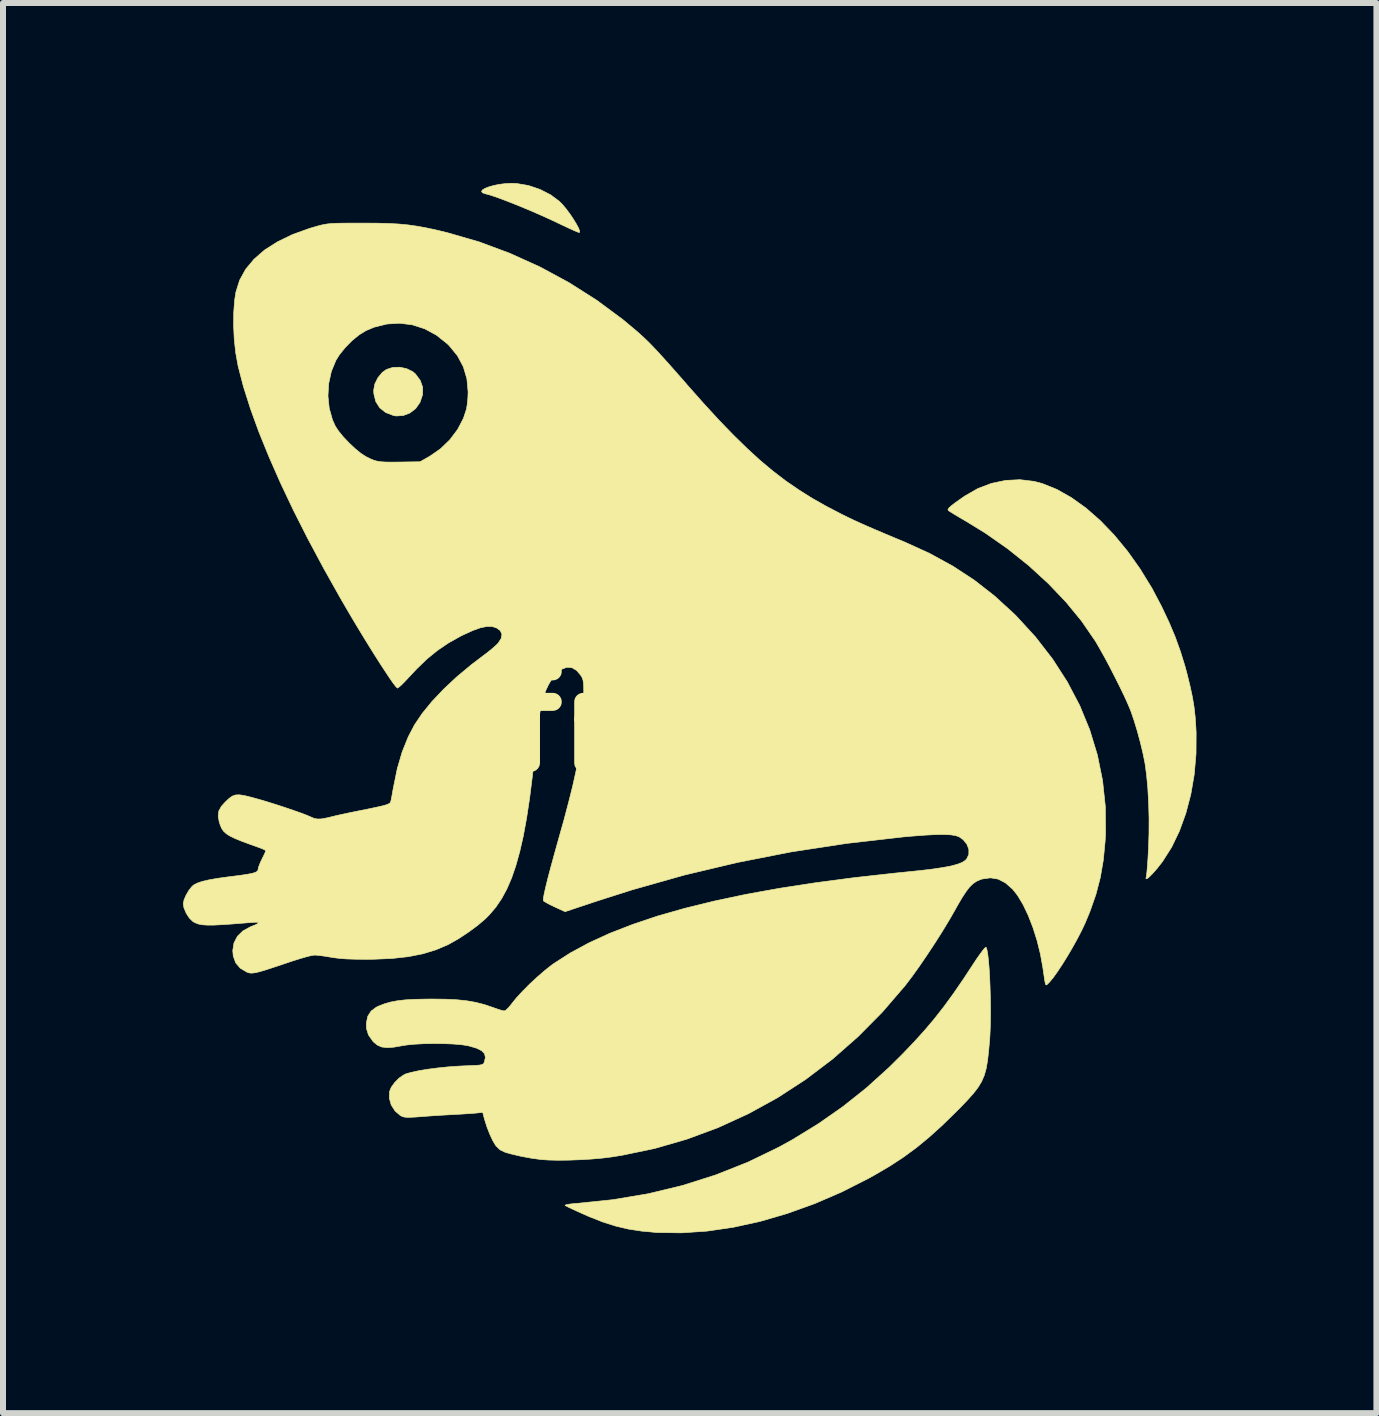
<source format=kicad_pcb>
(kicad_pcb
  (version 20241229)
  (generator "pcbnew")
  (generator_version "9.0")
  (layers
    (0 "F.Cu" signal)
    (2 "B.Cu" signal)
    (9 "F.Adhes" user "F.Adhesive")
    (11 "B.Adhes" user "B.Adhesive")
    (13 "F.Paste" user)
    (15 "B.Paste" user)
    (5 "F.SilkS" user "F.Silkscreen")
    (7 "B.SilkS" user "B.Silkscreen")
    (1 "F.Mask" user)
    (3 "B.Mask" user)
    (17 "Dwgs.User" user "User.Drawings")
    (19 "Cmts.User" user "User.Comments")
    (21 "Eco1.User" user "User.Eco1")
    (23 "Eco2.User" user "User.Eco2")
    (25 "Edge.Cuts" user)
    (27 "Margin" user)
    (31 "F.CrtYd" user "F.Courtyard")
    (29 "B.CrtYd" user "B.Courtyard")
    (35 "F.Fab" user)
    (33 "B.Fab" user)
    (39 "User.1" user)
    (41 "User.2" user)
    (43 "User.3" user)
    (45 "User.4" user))
  (footprint "frog1"
    (layer "F.Cu")
    (at 8.45 8.976)
    (property "Reference" "frog1" (at 0 0 0) (layer "F.SilkS") (effects (font (size 1.524 1.524) (thickness 0.3))))
    (attr smd)
    (fp_poly (pts (xy -4.72 -5.88) (xy -4.619 -5.83) (xy -4.577 -5.795) (xy -4.495 -5.685) (xy -4.454 -5.57) (xy -4.455 -5.449) (xy -4.498 -5.322) (xy -4.5 -5.317) (xy -4.571 -5.216) (xy -4.667 -5.142) (xy -4.779 -5.099) (xy -4.897 -5.092) (xy -4.942 -5.1) (xy -5.072 -5.15) (xy -5.17 -5.228) (xy -5.236 -5.332) (xy -5.268 -5.462) (xy -5.271 -5.521) (xy -5.252 -5.626) (xy -5.201 -5.729) (xy -5.128 -5.817) (xy -5.059 -5.867) (xy -4.953 -5.901) (xy -4.836 -5.905) (xy -4.72 -5.88)) (stroke (width 0.01) (type solid)) (fill yes) (layer "F.SilkS"))
    (fp_poly (pts (xy -2.888 -8.967) (xy -2.692 -8.934) (xy -2.499 -8.869) (xy -2.321 -8.778) (xy -2.179 -8.672) (xy -2.123 -8.616) (xy -2.063 -8.544) (xy -2.002 -8.463) (xy -1.946 -8.38) (xy -1.897 -8.3) (xy -1.86 -8.232) (xy -1.839 -8.181) (xy -1.839 -8.153) (xy -1.846 -8.15) (xy -1.874 -8.159) (xy -1.933 -8.184) (xy -2.013 -8.22) (xy -2.108 -8.265) (xy -2.138 -8.279) (xy -2.296 -8.354) (xy -2.465 -8.431) (xy -2.639 -8.507) (xy -2.811 -8.579) (xy -2.975 -8.645) (xy -3.125 -8.703) (xy -3.253 -8.749) (xy -3.354 -8.782) (xy -3.403 -8.794) (xy -3.456 -8.812) (xy -3.473 -8.835) (xy -3.458 -8.86) (xy -3.415 -8.886) (xy -3.351 -8.911) (xy -3.27 -8.934) (xy -3.178 -8.953) (xy -3.078 -8.965) (xy -2.976 -8.971) (xy -2.888 -8.967)) (stroke (width 0.01) (type solid)) (fill yes) (layer "F.SilkS"))
    (fp_poly (pts (xy 4.95 3.798) (xy 4.964 3.87) (xy 4.976 3.973) (xy 4.987 4.101) (xy 4.996 4.248) (xy 5.003 4.409) (xy 5.008 4.579) (xy 5.011 4.75) (xy 5.011 4.918) (xy 5.008 5.078) (xy 5.002 5.222) (xy 4.997 5.302) (xy 4.98 5.495) (xy 4.962 5.654) (xy 4.939 5.786) (xy 4.907 5.9) (xy 4.863 6.002) (xy 4.804 6.1) (xy 4.726 6.201) (xy 4.625 6.314) (xy 4.499 6.445) (xy 4.437 6.507) (xy 4.207 6.732) (xy 3.99 6.928) (xy 3.779 7.102) (xy 3.564 7.26) (xy 3.337 7.409) (xy 3.09 7.554) (xy 2.975 7.618) (xy 2.529 7.844) (xy 2.077 8.039) (xy 1.623 8.202) (xy 1.171 8.334) (xy 0.724 8.432) (xy 0.285 8.496) (xy -0.142 8.525) (xy -0.553 8.519) (xy -0.803 8.496) (xy -1.025 8.462) (xy -1.237 8.412) (xy -1.452 8.344) (xy -1.682 8.253) (xy -1.757 8.22) (xy -1.862 8.173) (xy -1.955 8.13) (xy -2.027 8.096) (xy -2.071 8.073) (xy -2.081 8.066) (xy -2.069 8.058) (xy -2.023 8.048) (xy -1.951 8.039) (xy -1.891 8.034) (xy -1.285 7.972) (xy -0.696 7.873) (xy -0.123 7.735) (xy 0.431 7.559) (xy 0.966 7.347) (xy 1.482 7.097) (xy 1.707 6.973) (xy 2.142 6.706) (xy 2.55 6.421) (xy 2.94 6.111) (xy 3.318 5.769) (xy 3.546 5.543) (xy 3.739 5.341) (xy 3.914 5.148) (xy 4.077 4.955) (xy 4.234 4.754) (xy 4.392 4.538) (xy 4.557 4.298) (xy 4.708 4.068) (xy 4.777 3.963) (xy 4.839 3.875) (xy 4.888 3.809) (xy 4.922 3.771) (xy 4.936 3.763) (xy 4.95 3.798)) (stroke (width 0.01) (type solid)) (fill yes) (layer "F.SilkS"))
    (fp_poly (pts (xy 5.737 -4.002) (xy 5.874 -3.966) (xy 6.117 -3.868) (xy 6.361 -3.73) (xy 6.604 -3.556) (xy 6.842 -3.347) (xy 7.073 -3.107) (xy 7.295 -2.838) (xy 7.505 -2.542) (xy 7.701 -2.223) (xy 7.863 -1.916) (xy 7.988 -1.651) (xy 8.091 -1.406) (xy 8.177 -1.167) (xy 8.253 -0.921) (xy 8.286 -0.799) (xy 8.337 -0.591) (xy 8.376 -0.41) (xy 8.404 -0.242) (xy 8.423 -0.074) (xy 8.435 0.108) (xy 8.439 0.191) (xy 8.437 0.541) (xy 8.407 0.884) (xy 8.35 1.216) (xy 8.267 1.532) (xy 8.16 1.827) (xy 8.03 2.097) (xy 7.878 2.336) (xy 7.788 2.451) (xy 7.711 2.538) (xy 7.653 2.596) (xy 7.616 2.623) (xy 7.601 2.62) (xy 7.608 2.588) (xy 7.613 2.557) (xy 7.62 2.49) (xy 7.628 2.395) (xy 7.636 2.279) (xy 7.643 2.148) (xy 7.645 2.12) (xy 7.653 1.871) (xy 7.654 1.613) (xy 7.647 1.356) (xy 7.633 1.11) (xy 7.612 0.886) (xy 7.586 0.696) (xy 7.553 0.533) (xy 7.509 0.349) (xy 7.458 0.16) (xy 7.403 -0.019) (xy 7.35 -0.174) (xy 7.342 -0.194) (xy 7.296 -0.303) (xy 7.234 -0.439) (xy 7.159 -0.593) (xy 7.076 -0.758) (xy 6.991 -0.924) (xy 6.906 -1.082) (xy 6.827 -1.223) (xy 6.759 -1.34) (xy 6.751 -1.351) (xy 6.529 -1.674) (xy 6.269 -1.991) (xy 5.974 -2.3) (xy 5.65 -2.597) (xy 5.3 -2.877) (xy 4.929 -3.137) (xy 4.607 -3.335) (xy 4.508 -3.393) (xy 4.422 -3.444) (xy 4.356 -3.485) (xy 4.315 -3.511) (xy 4.307 -3.517) (xy 4.302 -3.533) (xy 4.317 -3.558) (xy 4.355 -3.593) (xy 4.419 -3.643) (xy 4.514 -3.71) (xy 4.583 -3.758) (xy 4.799 -3.882) (xy 5.028 -3.969) (xy 5.264 -4.018) (xy 5.502 -4.03) (xy 5.737 -4.002)) (stroke (width 0.01) (type solid)) (fill yes) (layer "F.SilkS"))
    (fp_poly (pts (xy -5.45 -8.307) (xy -5.222 -8.306) (xy -5.027 -8.301) (xy -4.855 -8.292) (xy -4.697 -8.277) (xy -4.544 -8.255) (xy -4.386 -8.226) (xy -4.214 -8.189) (xy -4.034 -8.145) (xy -3.513 -7.994) (xy -3 -7.803) (xy -2.498 -7.576) (xy -2.014 -7.314) (xy -1.551 -7.02) (xy -1.114 -6.696) (xy -0.881 -6.501) (xy -0.813 -6.44) (xy -0.748 -6.38) (xy -0.682 -6.316) (xy -0.612 -6.244) (xy -0.533 -6.16) (xy -0.442 -6.06) (xy -0.335 -5.941) (xy -0.208 -5.797) (xy -0.058 -5.626) (xy -0.044 -5.609) (xy 0.23 -5.3) (xy 0.484 -5.023) (xy 0.723 -4.776) (xy 0.95 -4.554) (xy 1.168 -4.354) (xy 1.383 -4.174) (xy 1.596 -4.011) (xy 1.814 -3.861) (xy 2.038 -3.72) (xy 2.273 -3.587) (xy 2.523 -3.457) (xy 2.537 -3.45) (xy 2.634 -3.402) (xy 2.73 -3.356) (xy 2.831 -3.31) (xy 2.943 -3.26) (xy 3.072 -3.204) (xy 3.223 -3.14) (xy 3.403 -3.064) (xy 3.577 -2.992) (xy 3.996 -2.801) (xy 4.382 -2.59) (xy 4.741 -2.355) (xy 5.079 -2.091) (xy 5.402 -1.795) (xy 5.44 -1.758) (xy 5.762 -1.407) (xy 6.046 -1.04) (xy 6.291 -0.66) (xy 6.498 -0.266) (xy 6.665 0.14) (xy 6.792 0.557) (xy 6.879 0.983) (xy 6.925 1.418) (xy 6.929 1.86) (xy 6.922 1.993) (xy 6.892 2.308) (xy 6.842 2.6) (xy 6.769 2.881) (xy 6.669 3.167) (xy 6.589 3.36) (xy 6.53 3.485) (xy 6.458 3.624) (xy 6.378 3.768) (xy 6.293 3.913) (xy 6.208 4.05) (xy 6.127 4.172) (xy 6.054 4.274) (xy 5.993 4.347) (xy 5.972 4.368) (xy 5.954 4.385) (xy 5.942 4.393) (xy 5.932 4.387) (xy 5.923 4.361) (xy 5.914 4.311) (xy 5.902 4.231) (xy 5.885 4.114) (xy 5.884 4.106) (xy 5.843 3.878) (xy 5.787 3.652) (xy 5.718 3.434) (xy 5.639 3.231) (xy 5.553 3.051) (xy 5.462 2.9) (xy 5.379 2.795) (xy 5.26 2.691) (xy 5.138 2.628) (xy 5.01 2.607) (xy 4.875 2.626) (xy 4.843 2.636) (xy 4.779 2.664) (xy 4.721 2.703) (xy 4.663 2.759) (xy 4.603 2.837) (xy 4.535 2.941) (xy 4.455 3.078) (xy 4.422 3.138) (xy 4.324 3.309) (xy 4.21 3.497) (xy 4.085 3.694) (xy 3.955 3.891) (xy 3.827 4.079) (xy 3.706 4.248) (xy 3.599 4.389) (xy 3.588 4.403) (xy 3.209 4.844) (xy 2.805 5.252) (xy 2.379 5.627) (xy 1.93 5.967) (xy 1.461 6.272) (xy 0.973 6.54) (xy 0.468 6.771) (xy -0.053 6.964) (xy -0.589 7.119) (xy -1.138 7.233) (xy -1.302 7.259) (xy -1.461 7.279) (xy -1.641 7.295) (xy -1.831 7.306) (xy -2.022 7.313) (xy -2.201 7.315) (xy -2.36 7.311) (xy -2.487 7.302) (xy -2.652 7.279) (xy -2.822 7.247) (xy -2.98 7.21) (xy -3.076 7.183) (xy -3.163 7.142) (xy -3.23 7.078) (xy -3.239 7.066) (xy -3.286 6.987) (xy -3.336 6.88) (xy -3.383 6.759) (xy -3.422 6.637) (xy -3.43 6.608) (xy -3.453 6.517) (xy -3.562 6.528) (xy -3.63 6.534) (xy -3.725 6.54) (xy -3.834 6.547) (xy -3.916 6.551) (xy -4.035 6.558) (xy -4.178 6.566) (xy -4.327 6.576) (xy -4.459 6.586) (xy -4.579 6.595) (xy -4.664 6.599) (xy -4.724 6.599) (xy -4.765 6.594) (xy -4.797 6.584) (xy -4.825 6.57) (xy -4.914 6.494) (xy -4.978 6.394) (xy -5.01 6.281) (xy -5.008 6.173) (xy -4.978 6.098) (xy -4.92 6.018) (xy -4.846 5.944) (xy -4.767 5.89) (xy -4.736 5.875) (xy -4.644 5.849) (xy -4.519 5.822) (xy -4.369 5.797) (xy -4.204 5.776) (xy -4.031 5.758) (xy -3.86 5.746) (xy -3.782 5.742) (xy -3.656 5.737) (xy -3.566 5.733) (xy -3.505 5.728) (xy -3.468 5.72) (xy -3.446 5.71) (xy -3.434 5.694) (xy -3.426 5.676) (xy -3.409 5.601) (xy -3.423 5.539) (xy -3.471 5.489) (xy -3.554 5.447) (xy -3.677 5.411) (xy -3.707 5.404) (xy -3.811 5.388) (xy -3.946 5.377) (xy -4.102 5.371) (xy -4.268 5.369) (xy -4.433 5.372) (xy -4.586 5.38) (xy -4.718 5.393) (xy -4.794 5.405) (xy -4.937 5.43) (xy -5.049 5.437) (xy -5.137 5.427) (xy -5.208 5.396) (xy -5.271 5.345) (xy -5.284 5.331) (xy -5.358 5.226) (xy -5.392 5.115) (xy -5.393 5.027) (xy -5.369 4.914) (xy -5.314 4.828) (xy -5.225 4.762) (xy -5.185 4.743) (xy -5.088 4.706) (xy -4.987 4.677) (xy -4.875 4.656) (xy -4.745 4.641) (xy -4.59 4.632) (xy -4.403 4.628) (xy -4.297 4.627) (xy -4.075 4.63) (xy -3.886 4.639) (xy -3.721 4.656) (xy -3.573 4.682) (xy -3.431 4.718) (xy -3.288 4.766) (xy -3.266 4.774) (xy -3.192 4.8) (xy -3.129 4.819) (xy -3.093 4.826) (xy -3.064 4.81) (xy -3.02 4.767) (xy -2.971 4.707) (xy -2.964 4.698) (xy -2.89 4.606) (xy -2.79 4.498) (xy -2.674 4.381) (xy -2.549 4.265) (xy -2.426 4.158) (xy -2.313 4.068) (xy -2.275 4.04) (xy -1.995 3.86) (xy -1.683 3.691) (xy -1.336 3.532) (xy -0.955 3.384) (xy -0.539 3.244) (xy -0.086 3.115) (xy 0.403 2.995) (xy 0.93 2.883) (xy 1.496 2.781) (xy 2.1 2.688) (xy 2.745 2.603) (xy 3.43 2.527) (xy 3.619 2.508) (xy 3.859 2.483) (xy 4.059 2.459) (xy 4.223 2.434) (xy 4.355 2.409) (xy 4.457 2.381) (xy 4.534 2.352) (xy 4.587 2.319) (xy 4.614 2.292) (xy 4.65 2.216) (xy 4.65 2.131) (xy 4.617 2.046) (xy 4.556 1.971) (xy 4.488 1.923) (xy 4.431 1.903) (xy 4.35 1.89) (xy 4.24 1.885) (xy 4.1 1.886) (xy 3.925 1.895) (xy 3.713 1.911) (xy 3.545 1.926) (xy 2.607 2.034) (xy 1.692 2.174) (xy 0.795 2.35) (xy -0.089 2.56) (xy -0.963 2.807) (xy -1.543 2.992) (xy -2.081 3.171) (xy -2.255 3.091) (xy -2.334 3.053) (xy -2.397 3.019) (xy -2.436 2.995) (xy -2.442 2.988) (xy -2.443 2.956) (xy -2.431 2.884) (xy -2.406 2.772) (xy -2.369 2.62) (xy -2.318 2.428) (xy -2.255 2.197) (xy -2.191 1.968) (xy -2.099 1.641) (xy -2.022 1.349) (xy -1.956 1.087) (xy -1.903 0.849) (xy -1.859 0.63) (xy -1.826 0.426) (xy -1.801 0.231) (xy -1.784 0.041) (xy -1.774 -0.15) (xy -1.77 -0.347) (xy -1.77 -0.349) (xy -1.769 -0.478) (xy -1.77 -0.572) (xy -1.774 -0.638) (xy -1.781 -0.686) (xy -1.792 -0.721) (xy -1.807 -0.751) (xy -1.814 -0.762) (xy -1.886 -0.849) (xy -1.966 -0.896) (xy -2.051 -0.903) (xy -2.14 -0.869) (xy -2.228 -0.797) (xy -2.311 -0.69) (xy -2.359 -0.608) (xy -2.401 -0.518) (xy -2.437 -0.417) (xy -2.469 -0.299) (xy -2.498 -0.159) (xy -2.525 0.007) (xy -2.55 0.205) (xy -2.576 0.438) (xy -2.583 0.508) (xy -2.626 0.915) (xy -2.672 1.281) (xy -2.722 1.611) (xy -2.776 1.906) (xy -2.836 2.169) (xy -2.901 2.403) (xy -2.972 2.61) (xy -3.051 2.793) (xy -3.138 2.953) (xy -3.234 3.095) (xy -3.34 3.22) (xy -3.405 3.286) (xy -3.537 3.399) (xy -3.693 3.514) (xy -3.858 3.623) (xy -4.016 3.712) (xy -4.033 3.721) (xy -4.232 3.806) (xy -4.451 3.873) (xy -4.694 3.921) (xy -4.965 3.951) (xy -5.27 3.964) (xy -5.376 3.965) (xy -5.566 3.964) (xy -5.721 3.959) (xy -5.849 3.949) (xy -5.958 3.935) (xy -5.985 3.93) (xy -6.081 3.914) (xy -6.17 3.902) (xy -6.239 3.895) (xy -6.257 3.895) (xy -6.303 3.901) (xy -6.381 3.92) (xy -6.48 3.948) (xy -6.592 3.983) (xy -6.654 4.003) (xy -6.831 4.063) (xy -6.974 4.11) (xy -7.085 4.146) (xy -7.171 4.171) (xy -7.236 4.187) (xy -7.285 4.194) (xy -7.322 4.195) (xy -7.353 4.19) (xy -7.381 4.18) (xy -7.384 4.179) (xy -7.495 4.113) (xy -7.571 4.024) (xy -7.612 3.91) (xy -7.62 3.819) (xy -7.6 3.693) (xy -7.543 3.582) (xy -7.45 3.491) (xy -7.325 3.423) (xy -7.303 3.414) (xy -7.244 3.391) (xy -7.205 3.37) (xy -7.197 3.361) (xy -7.196 3.354) (xy -7.197 3.35) (xy -7.206 3.347) (xy -7.227 3.347) (xy -7.267 3.348) (xy -7.33 3.353) (xy -7.422 3.36) (xy -7.548 3.37) (xy -7.625 3.376) (xy -7.8 3.388) (xy -7.939 3.395) (xy -8.047 3.395) (xy -8.131 3.389) (xy -8.196 3.376) (xy -8.249 3.355) (xy -8.283 3.336) (xy -8.344 3.277) (xy -8.397 3.195) (xy -8.434 3.106) (xy -8.445 3.038) (xy -8.432 2.974) (xy -8.398 2.895) (xy -8.351 2.815) (xy -8.3 2.751) (xy -8.27 2.725) (xy -8.211 2.695) (xy -8.129 2.667) (xy -8.019 2.641) (xy -7.877 2.616) (xy -7.698 2.591) (xy -7.633 2.583) (xy -7.485 2.564) (xy -7.374 2.547) (xy -7.296 2.532) (xy -7.243 2.516) (xy -7.213 2.498) (xy -7.199 2.477) (xy -7.197 2.458) (xy -7.187 2.419) (xy -7.163 2.358) (xy -7.133 2.294) (xy -7.101 2.229) (xy -7.078 2.179) (xy -7.07 2.155) (xy -7.088 2.141) (xy -7.133 2.12) (xy -7.16 2.11) (xy -7.335 2.047) (xy -7.476 1.995) (xy -7.585 1.95) (xy -7.668 1.91) (xy -7.728 1.871) (xy -7.772 1.831) (xy -7.803 1.786) (xy -7.826 1.735) (xy -7.845 1.678) (xy -7.863 1.578) (xy -7.853 1.494) (xy -7.81 1.415) (xy -7.741 1.339) (xy -7.679 1.281) (xy -7.626 1.244) (xy -7.571 1.225) (xy -7.506 1.223) (xy -7.42 1.237) (xy -7.306 1.265) (xy -7.284 1.271) (xy -7.166 1.304) (xy -7.031 1.344) (xy -6.888 1.389) (xy -6.745 1.436) (xy -6.61 1.482) (xy -6.49 1.524) (xy -6.394 1.56) (xy -6.329 1.588) (xy -6.324 1.59) (xy -6.266 1.615) (xy -6.21 1.626) (xy -6.144 1.625) (xy -6.057 1.609) (xy -5.973 1.589) (xy -5.892 1.569) (xy -5.782 1.545) (xy -5.656 1.518) (xy -5.527 1.492) (xy -5.489 1.484) (xy -5.332 1.453) (xy -5.212 1.427) (xy -5.124 1.407) (xy -5.062 1.39) (xy -5.023 1.374) (xy -5 1.359) (xy -4.989 1.343) (xy -4.987 1.338) (xy -4.979 1.302) (xy -4.966 1.236) (xy -4.951 1.15) (xy -4.942 1.101) (xy -4.878 0.788) (xy -4.796 0.508) (xy -4.695 0.257) (xy -4.591 0.058) (xy -4.463 -0.132) (xy -4.3 -0.332) (xy -4.106 -0.537) (xy -3.885 -0.744) (xy -3.641 -0.947) (xy -3.457 -1.087) (xy -3.371 -1.152) (xy -3.291 -1.217) (xy -3.228 -1.273) (xy -3.198 -1.303) (xy -3.146 -1.382) (xy -3.133 -1.453) (xy -3.161 -1.514) (xy -3.219 -1.557) (xy -3.294 -1.582) (xy -3.384 -1.583) (xy -3.493 -1.561) (xy -3.624 -1.514) (xy -3.783 -1.441) (xy -3.821 -1.422) (xy -4.022 -1.31) (xy -4.205 -1.186) (xy -4.38 -1.044) (xy -4.556 -0.874) (xy -4.676 -0.746) (xy -4.745 -0.672) (xy -4.805 -0.611) (xy -4.851 -0.571) (xy -4.875 -0.556) (xy -4.876 -0.556) (xy -4.899 -0.578) (xy -4.942 -0.633) (xy -5.001 -0.717) (xy -5.074 -0.827) (xy -5.159 -0.957) (xy -5.254 -1.106) (xy -5.356 -1.269) (xy -5.462 -1.442) (xy -5.571 -1.622) (xy -5.679 -1.804) (xy -5.785 -1.986) (xy -5.824 -2.053) (xy -6.107 -2.557) (xy -6.369 -3.047) (xy -6.609 -3.521) (xy -6.825 -3.977) (xy -7.017 -4.413) (xy -7.185 -4.827) (xy -7.326 -5.216) (xy -7.392 -5.425) (xy -6.033 -5.425) (xy -6.012 -5.22) (xy -5.958 -5.028) (xy -5.911 -4.923) (xy -5.856 -4.84) (xy -5.777 -4.743) (xy -5.682 -4.643) (xy -5.582 -4.549) (xy -5.486 -4.47) (xy -5.403 -4.416) (xy -5.397 -4.413) (xy -5.329 -4.379) (xy -5.271 -4.355) (xy -5.215 -4.339) (xy -5.152 -4.329) (xy -5.073 -4.324) (xy -4.969 -4.323) (xy -4.836 -4.324) (xy -4.497 -4.329) (xy -4.331 -4.424) (xy -4.156 -4.546) (xy -4.001 -4.696) (xy -3.872 -4.867) (xy -3.775 -5.052) (xy -3.724 -5.207) (xy -3.711 -5.288) (xy -3.701 -5.39) (xy -3.697 -5.49) (xy -3.697 -5.493) (xy -3.717 -5.711) (xy -3.776 -5.911) (xy -3.874 -6.095) (xy -4.01 -6.262) (xy -4.046 -6.297) (xy -4.226 -6.44) (xy -4.42 -6.545) (xy -4.625 -6.611) (xy -4.837 -6.638) (xy -5.05 -6.625) (xy -5.263 -6.572) (xy -5.397 -6.516) (xy -5.512 -6.446) (xy -5.632 -6.348) (xy -5.746 -6.232) (xy -5.843 -6.111) (xy -5.9 -6.02) (xy -5.977 -5.834) (xy -6.021 -5.632) (xy -6.033 -5.425) (xy -7.392 -5.425) (xy -7.441 -5.578) (xy -7.528 -5.912) (xy -7.534 -5.942) (xy -7.571 -6.147) (xy -7.595 -6.369) (xy -7.606 -6.596) (xy -7.604 -6.817) (xy -7.589 -7.02) (xy -7.567 -7.16) (xy -7.505 -7.356) (xy -7.405 -7.538) (xy -7.265 -7.706) (xy -7.089 -7.859) (xy -6.875 -7.995) (xy -6.626 -8.116) (xy -6.343 -8.218) (xy -6.202 -8.259) (xy -6.145 -8.274) (xy -6.092 -8.285) (xy -6.036 -8.294) (xy -5.971 -8.3) (xy -5.891 -8.304) (xy -5.789 -8.306) (xy -5.658 -8.307) (xy -5.494 -8.307) (xy -5.45 -8.307)) (stroke (width 0.01) (type solid)) (fill yes) (layer "F.SilkS")))
  (gr_rect
    (start -3 -3)
    (end 19.894 20.506)
    (stroke (width 0.1) (type default))
    (fill no)
    (layer "Edge.Cuts")))
</source>
